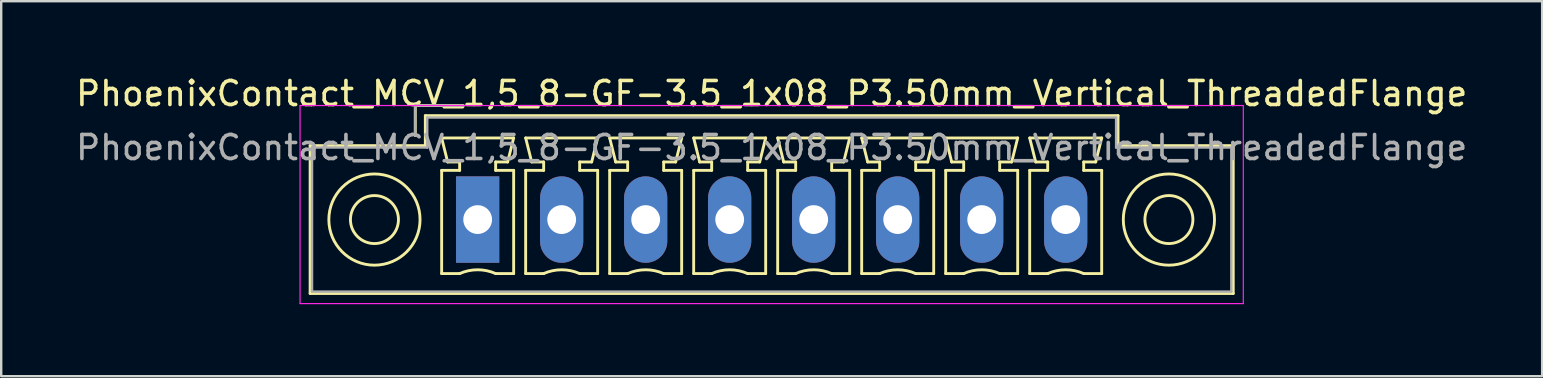
<source format=kicad_pcb>
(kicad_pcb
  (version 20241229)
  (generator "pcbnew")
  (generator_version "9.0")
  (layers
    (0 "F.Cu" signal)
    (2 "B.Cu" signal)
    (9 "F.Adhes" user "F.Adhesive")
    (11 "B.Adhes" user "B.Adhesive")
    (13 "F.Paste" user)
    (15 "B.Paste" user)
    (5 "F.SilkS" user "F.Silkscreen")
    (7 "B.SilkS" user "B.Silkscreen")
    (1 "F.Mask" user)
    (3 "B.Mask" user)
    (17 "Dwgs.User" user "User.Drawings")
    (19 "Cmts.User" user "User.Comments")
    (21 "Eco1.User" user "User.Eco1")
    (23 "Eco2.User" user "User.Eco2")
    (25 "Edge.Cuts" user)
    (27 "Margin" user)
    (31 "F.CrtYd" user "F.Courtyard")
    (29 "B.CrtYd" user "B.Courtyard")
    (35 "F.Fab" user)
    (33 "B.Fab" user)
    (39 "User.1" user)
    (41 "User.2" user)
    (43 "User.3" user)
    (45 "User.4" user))
  (footprint "PhoenixContact_MCV_1,5_8-GF-3.5_1x08_P3.50mm_Vertical_ThreadedFlange"
    (layer "F.Cu")
    (at 16.851 6.098)
    (property "Reference" "PhoenixContact_MCV_1,5_8-GF-3.5_1x08_P3.50mm_Vertical_ThreadedFlange" (at 12.25 -5.25 0) (layer "F.SilkS") (effects (font (size 1 1) (thickness 0.15))))
    (attr through_hole)
    (fp_line (start -6.98 -3.08) (end -6.98 3.08) (stroke (width 0.12) (type solid)) (layer "F.SilkS"))
    (fp_line (start -6.98 3.08) (end 31.48 3.08) (stroke (width 0.12) (type solid)) (layer "F.SilkS"))
    (fp_line (start -2.6 -4.75) (end -0.6 -4.75) (stroke (width 0.12) (type solid)) (layer "F.SilkS"))
    (fp_line (start -2.6 -3.5) (end -2.6 -4.75) (stroke (width 0.12) (type solid)) (layer "F.SilkS"))
    (fp_line (start -2.18 -4.33) (end -2.18 -3.08) (stroke (width 0.12) (type solid)) (layer "F.SilkS"))
    (fp_line (start -2.18 -3.08) (end -6.98 -3.08) (stroke (width 0.12) (type solid)) (layer "F.SilkS"))
    (fp_line (start -1.5 -3.4) (end 1.5 -3.4) (stroke (width 0.12) (type solid)) (layer "F.SilkS"))
    (fp_line (start -1.5 -2.05) (end -0.75 -2.05) (stroke (width 0.12) (type solid)) (layer "F.SilkS"))
    (fp_line (start -1.5 2.25) (end -1.5 -2.05) (stroke (width 0.12) (type solid)) (layer "F.SilkS"))
    (fp_line (start -1.25 -2.4) (end -1.5 -3.4) (stroke (width 0.12) (type solid)) (layer "F.SilkS"))
    (fp_line (start -0.75 -2.4) (end -1.25 -2.4) (stroke (width 0.12) (type solid)) (layer "F.SilkS"))
    (fp_line (start -0.75 -2.05) (end -0.75 -2.4) (stroke (width 0.12) (type solid)) (layer "F.SilkS"))
    (fp_line (start -0.75 2.25) (end -1.5 2.25) (stroke (width 0.12) (type solid)) (layer "F.SilkS"))
    (fp_line (start 0.75 -2.4) (end 0.75 -2.05) (stroke (width 0.12) (type solid)) (layer "F.SilkS"))
    (fp_line (start 0.75 -2.05) (end 1.5 -2.05) (stroke (width 0.12) (type solid)) (layer "F.SilkS"))
    (fp_line (start 1.25 -2.4) (end 0.75 -2.4) (stroke (width 0.12) (type solid)) (layer "F.SilkS"))
    (fp_line (start 1.5 -3.4) (end 1.25 -2.4) (stroke (width 0.12) (type solid)) (layer "F.SilkS"))
    (fp_line (start 1.5 -2.05) (end 1.5 2.25) (stroke (width 0.12) (type solid)) (layer "F.SilkS"))
    (fp_line (start 1.5 2.25) (end 0.75 2.25) (stroke (width 0.12) (type solid)) (layer "F.SilkS"))
    (fp_line (start 2 -3.4) (end 5 -3.4) (stroke (width 0.12) (type solid)) (layer "F.SilkS"))
    (fp_line (start 2 -2.05) (end 2.75 -2.05) (stroke (width 0.12) (type solid)) (layer "F.SilkS"))
    (fp_line (start 2 2.25) (end 2 -2.05) (stroke (width 0.12) (type solid)) (layer "F.SilkS"))
    (fp_line (start 2.25 -2.4) (end 2 -3.4) (stroke (width 0.12) (type solid)) (layer "F.SilkS"))
    (fp_line (start 2.75 -2.4) (end 2.25 -2.4) (stroke (width 0.12) (type solid)) (layer "F.SilkS"))
    (fp_line (start 2.75 -2.05) (end 2.75 -2.4) (stroke (width 0.12) (type solid)) (layer "F.SilkS"))
    (fp_line (start 2.75 2.25) (end 2 2.25) (stroke (width 0.12) (type solid)) (layer "F.SilkS"))
    (fp_line (start 4.25 -2.4) (end 4.25 -2.05) (stroke (width 0.12) (type solid)) (layer "F.SilkS"))
    (fp_line (start 4.25 -2.05) (end 5 -2.05) (stroke (width 0.12) (type solid)) (layer "F.SilkS"))
    (fp_line (start 4.75 -2.4) (end 4.25 -2.4) (stroke (width 0.12) (type solid)) (layer "F.SilkS"))
    (fp_line (start 5 -3.4) (end 4.75 -2.4) (stroke (width 0.12) (type solid)) (layer "F.SilkS"))
    (fp_line (start 5 -2.05) (end 5 2.25) (stroke (width 0.12) (type solid)) (layer "F.SilkS"))
    (fp_line (start 5 2.25) (end 4.25 2.25) (stroke (width 0.12) (type solid)) (layer "F.SilkS"))
    (fp_line (start 5.5 -3.4) (end 8.5 -3.4) (stroke (width 0.12) (type solid)) (layer "F.SilkS"))
    (fp_line (start 5.5 -2.05) (end 6.25 -2.05) (stroke (width 0.12) (type solid)) (layer "F.SilkS"))
    (fp_line (start 5.5 2.25) (end 5.5 -2.05) (stroke (width 0.12) (type solid)) (layer "F.SilkS"))
    (fp_line (start 5.75 -2.4) (end 5.5 -3.4) (stroke (width 0.12) (type solid)) (layer "F.SilkS"))
    (fp_line (start 6.25 -2.4) (end 5.75 -2.4) (stroke (width 0.12) (type solid)) (layer "F.SilkS"))
    (fp_line (start 6.25 -2.05) (end 6.25 -2.4) (stroke (width 0.12) (type solid)) (layer "F.SilkS"))
    (fp_line (start 6.25 2.25) (end 5.5 2.25) (stroke (width 0.12) (type solid)) (layer "F.SilkS"))
    (fp_line (start 7.75 -2.4) (end 7.75 -2.05) (stroke (width 0.12) (type solid)) (layer "F.SilkS"))
    (fp_line (start 7.75 -2.05) (end 8.5 -2.05) (stroke (width 0.12) (type solid)) (layer "F.SilkS"))
    (fp_line (start 8.25 -2.4) (end 7.75 -2.4) (stroke (width 0.12) (type solid)) (layer "F.SilkS"))
    (fp_line (start 8.5 -3.4) (end 8.25 -2.4) (stroke (width 0.12) (type solid)) (layer "F.SilkS"))
    (fp_line (start 8.5 -2.05) (end 8.5 2.25) (stroke (width 0.12) (type solid)) (layer "F.SilkS"))
    (fp_line (start 8.5 2.25) (end 7.75 2.25) (stroke (width 0.12) (type solid)) (layer "F.SilkS"))
    (fp_line (start 9 -3.4) (end 12 -3.4) (stroke (width 0.12) (type solid)) (layer "F.SilkS"))
    (fp_line (start 9 -2.05) (end 9.75 -2.05) (stroke (width 0.12) (type solid)) (layer "F.SilkS"))
    (fp_line (start 9 2.25) (end 9 -2.05) (stroke (width 0.12) (type solid)) (layer "F.SilkS"))
    (fp_line (start 9.25 -2.4) (end 9 -3.4) (stroke (width 0.12) (type solid)) (layer "F.SilkS"))
    (fp_line (start 9.75 -2.4) (end 9.25 -2.4) (stroke (width 0.12) (type solid)) (layer "F.SilkS"))
    (fp_line (start 9.75 -2.05) (end 9.75 -2.4) (stroke (width 0.12) (type solid)) (layer "F.SilkS"))
    (fp_line (start 9.75 2.25) (end 9 2.25) (stroke (width 0.12) (type solid)) (layer "F.SilkS"))
    (fp_line (start 11.25 -2.4) (end 11.25 -2.05) (stroke (width 0.12) (type solid)) (layer "F.SilkS"))
    (fp_line (start 11.25 -2.05) (end 12 -2.05) (stroke (width 0.12) (type solid)) (layer "F.SilkS"))
    (fp_line (start 11.75 -2.4) (end 11.25 -2.4) (stroke (width 0.12) (type solid)) (layer "F.SilkS"))
    (fp_line (start 12 -3.4) (end 11.75 -2.4) (stroke (width 0.12) (type solid)) (layer "F.SilkS"))
    (fp_line (start 12 -2.05) (end 12 2.25) (stroke (width 0.12) (type solid)) (layer "F.SilkS"))
    (fp_line (start 12 2.25) (end 11.25 2.25) (stroke (width 0.12) (type solid)) (layer "F.SilkS"))
    (fp_line (start 12.5 -3.4) (end 15.5 -3.4) (stroke (width 0.12) (type solid)) (layer "F.SilkS"))
    (fp_line (start 12.5 -2.05) (end 13.25 -2.05) (stroke (width 0.12) (type solid)) (layer "F.SilkS"))
    (fp_line (start 12.5 2.25) (end 12.5 -2.05) (stroke (width 0.12) (type solid)) (layer "F.SilkS"))
    (fp_line (start 12.75 -2.4) (end 12.5 -3.4) (stroke (width 0.12) (type solid)) (layer "F.SilkS"))
    (fp_line (start 13.25 -2.4) (end 12.75 -2.4) (stroke (width 0.12) (type solid)) (layer "F.SilkS"))
    (fp_line (start 13.25 -2.05) (end 13.25 -2.4) (stroke (width 0.12) (type solid)) (layer "F.SilkS"))
    (fp_line (start 13.25 2.25) (end 12.5 2.25) (stroke (width 0.12) (type solid)) (layer "F.SilkS"))
    (fp_line (start 14.75 -2.4) (end 14.75 -2.05) (stroke (width 0.12) (type solid)) (layer "F.SilkS"))
    (fp_line (start 14.75 -2.05) (end 15.5 -2.05) (stroke (width 0.12) (type solid)) (layer "F.SilkS"))
    (fp_line (start 15.25 -2.4) (end 14.75 -2.4) (stroke (width 0.12) (type solid)) (layer "F.SilkS"))
    (fp_line (start 15.5 -3.4) (end 15.25 -2.4) (stroke (width 0.12) (type solid)) (layer "F.SilkS"))
    (fp_line (start 15.5 -2.05) (end 15.5 2.25) (stroke (width 0.12) (type solid)) (layer "F.SilkS"))
    (fp_line (start 15.5 2.25) (end 14.75 2.25) (stroke (width 0.12) (type solid)) (layer "F.SilkS"))
    (fp_line (start 16 -3.4) (end 19 -3.4) (stroke (width 0.12) (type solid)) (layer "F.SilkS"))
    (fp_line (start 16 -2.05) (end 16.75 -2.05) (stroke (width 0.12) (type solid)) (layer "F.SilkS"))
    (fp_line (start 16 2.25) (end 16 -2.05) (stroke (width 0.12) (type solid)) (layer "F.SilkS"))
    (fp_line (start 16.25 -2.4) (end 16 -3.4) (stroke (width 0.12) (type solid)) (layer "F.SilkS"))
    (fp_line (start 16.75 -2.4) (end 16.25 -2.4) (stroke (width 0.12) (type solid)) (layer "F.SilkS"))
    (fp_line (start 16.75 -2.05) (end 16.75 -2.4) (stroke (width 0.12) (type solid)) (layer "F.SilkS"))
    (fp_line (start 16.75 2.25) (end 16 2.25) (stroke (width 0.12) (type solid)) (layer "F.SilkS"))
    (fp_line (start 18.25 -2.4) (end 18.25 -2.05) (stroke (width 0.12) (type solid)) (layer "F.SilkS"))
    (fp_line (start 18.25 -2.05) (end 19 -2.05) (stroke (width 0.12) (type solid)) (layer "F.SilkS"))
    (fp_line (start 18.75 -2.4) (end 18.25 -2.4) (stroke (width 0.12) (type solid)) (layer "F.SilkS"))
    (fp_line (start 19 -3.4) (end 18.75 -2.4) (stroke (width 0.12) (type solid)) (layer "F.SilkS"))
    (fp_line (start 19 -2.05) (end 19 2.25) (stroke (width 0.12) (type solid)) (layer "F.SilkS"))
    (fp_line (start 19 2.25) (end 18.25 2.25) (stroke (width 0.12) (type solid)) (layer "F.SilkS"))
    (fp_line (start 19.5 -3.4) (end 22.5 -3.4) (stroke (width 0.12) (type solid)) (layer "F.SilkS"))
    (fp_line (start 19.5 -2.05) (end 20.25 -2.05) (stroke (width 0.12) (type solid)) (layer "F.SilkS"))
    (fp_line (start 19.5 2.25) (end 19.5 -2.05) (stroke (width 0.12) (type solid)) (layer "F.SilkS"))
    (fp_line (start 19.75 -2.4) (end 19.5 -3.4) (stroke (width 0.12) (type solid)) (layer "F.SilkS"))
    (fp_line (start 20.25 -2.4) (end 19.75 -2.4) (stroke (width 0.12) (type solid)) (layer "F.SilkS"))
    (fp_line (start 20.25 -2.05) (end 20.25 -2.4) (stroke (width 0.12) (type solid)) (layer "F.SilkS"))
    (fp_line (start 20.25 2.25) (end 19.5 2.25) (stroke (width 0.12) (type solid)) (layer "F.SilkS"))
    (fp_line (start 21.75 -2.4) (end 21.75 -2.05) (stroke (width 0.12) (type solid)) (layer "F.SilkS"))
    (fp_line (start 21.75 -2.05) (end 22.5 -2.05) (stroke (width 0.12) (type solid)) (layer "F.SilkS"))
    (fp_line (start 22.25 -2.4) (end 21.75 -2.4) (stroke (width 0.12) (type solid)) (layer "F.SilkS"))
    (fp_line (start 22.5 -3.4) (end 22.25 -2.4) (stroke (width 0.12) (type solid)) (layer "F.SilkS"))
    (fp_line (start 22.5 -2.05) (end 22.5 2.25) (stroke (width 0.12) (type solid)) (layer "F.SilkS"))
    (fp_line (start 22.5 2.25) (end 21.75 2.25) (stroke (width 0.12) (type solid)) (layer "F.SilkS"))
    (fp_line (start 23 -3.4) (end 26 -3.4) (stroke (width 0.12) (type solid)) (layer "F.SilkS"))
    (fp_line (start 23 -2.05) (end 23.75 -2.05) (stroke (width 0.12) (type solid)) (layer "F.SilkS"))
    (fp_line (start 23 2.25) (end 23 -2.05) (stroke (width 0.12) (type solid)) (layer "F.SilkS"))
    (fp_line (start 23.25 -2.4) (end 23 -3.4) (stroke (width 0.12) (type solid)) (layer "F.SilkS"))
    (fp_line (start 23.75 -2.4) (end 23.25 -2.4) (stroke (width 0.12) (type solid)) (layer "F.SilkS"))
    (fp_line (start 23.75 -2.05) (end 23.75 -2.4) (stroke (width 0.12) (type solid)) (layer "F.SilkS"))
    (fp_line (start 23.75 2.25) (end 23 2.25) (stroke (width 0.12) (type solid)) (layer "F.SilkS"))
    (fp_line (start 25.25 -2.4) (end 25.25 -2.05) (stroke (width 0.12) (type solid)) (layer "F.SilkS"))
    (fp_line (start 25.25 -2.05) (end 26 -2.05) (stroke (width 0.12) (type solid)) (layer "F.SilkS"))
    (fp_line (start 25.75 -2.4) (end 25.25 -2.4) (stroke (width 0.12) (type solid)) (layer "F.SilkS"))
    (fp_line (start 26 -3.4) (end 25.75 -2.4) (stroke (width 0.12) (type solid)) (layer "F.SilkS"))
    (fp_line (start 26 -2.05) (end 26 2.25) (stroke (width 0.12) (type solid)) (layer "F.SilkS"))
    (fp_line (start 26 2.25) (end 25.25 2.25) (stroke (width 0.12) (type solid)) (layer "F.SilkS"))
    (fp_line (start 26.68 -4.33) (end -2.18 -4.33) (stroke (width 0.12) (type solid)) (layer "F.SilkS"))
    (fp_line (start 26.68 -3.08) (end 26.68 -4.33) (stroke (width 0.12) (type solid)) (layer "F.SilkS"))
    (fp_line (start 31.48 -3.08) (end 26.68 -3.08) (stroke (width 0.12) (type solid)) (layer "F.SilkS"))
    (fp_line (start 31.48 3.08) (end 31.48 -3.08) (stroke (width 0.12) (type solid)) (layer "F.SilkS"))
    (fp_arc (start -0.75 2.25) (mid -0.000193 2.09191) (end 0.749647 2.249844) (stroke (width 0.12) (type solid)) (layer "F.SilkS"))
    (fp_arc (start 2.75 2.25) (mid 3.499807 2.09191) (end 4.249647 2.249844) (stroke (width 0.12) (type solid)) (layer "F.SilkS"))
    (fp_arc (start 6.25 2.25) (mid 6.999807 2.09191) (end 7.749647 2.249844) (stroke (width 0.12) (type solid)) (layer "F.SilkS"))
    (fp_arc (start 9.75 2.25) (mid 10.499807 2.09191) (end 11.249647 2.249844) (stroke (width 0.12) (type solid)) (layer "F.SilkS"))
    (fp_arc (start 13.25 2.25) (mid 13.999807 2.09191) (end 14.749647 2.249844) (stroke (width 0.12) (type solid)) (layer "F.SilkS"))
    (fp_arc (start 16.75 2.25) (mid 17.499807 2.09191) (end 18.249647 2.249844) (stroke (width 0.12) (type solid)) (layer "F.SilkS"))
    (fp_arc (start 20.25 2.25) (mid 20.999807 2.09191) (end 21.749647 2.249844) (stroke (width 0.12) (type solid)) (layer "F.SilkS"))
    (fp_arc (start 23.75 2.25) (mid 24.499807 2.09191) (end 25.249647 2.249844) (stroke (width 0.12) (type solid)) (layer "F.SilkS"))
    (fp_circle (center -4.3 0) (end -3.3 0) (stroke (width 0.12) (type solid)) (fill no) (layer "F.SilkS"))
    (fp_circle (center -4.3 0) (end -2.4 0) (stroke (width 0.12) (type solid)) (fill no) (layer "F.SilkS"))
    (fp_circle (center 28.8 0) (end 29.8 0) (stroke (width 0.12) (type solid)) (fill no) (layer "F.SilkS"))
    (fp_circle (center 28.8 0) (end 30.7 0) (stroke (width 0.12) (type solid)) (fill no) (layer "F.SilkS"))
    (fp_line (start -7.4 -4.75) (end -7.4 3.5) (stroke (width 0.05) (type solid)) (layer "F.CrtYd"))
    (fp_line (start -7.4 3.5) (end 31.9 3.5) (stroke (width 0.05) (type solid)) (layer "F.CrtYd"))
    (fp_line (start 31.9 -4.75) (end -7.4 -4.75) (stroke (width 0.05) (type solid)) (layer "F.CrtYd"))
    (fp_line (start 31.9 3.5) (end 31.9 -4.75) (stroke (width 0.05) (type solid)) (layer "F.CrtYd"))
    (fp_line (start -6.9 -3) (end -6.9 3) (stroke (width 0.1) (type solid)) (layer "F.Fab"))
    (fp_line (start -6.9 3) (end 31.4 3) (stroke (width 0.1) (type solid)) (layer "F.Fab"))
    (fp_line (start -2.6 -4.75) (end -0.6 -4.75) (stroke (width 0.1) (type solid)) (layer "F.Fab"))
    (fp_line (start -2.6 -3.5) (end -2.6 -4.75) (stroke (width 0.1) (type solid)) (layer "F.Fab"))
    (fp_line (start -2.1 -4.25) (end -2.1 -3) (stroke (width 0.1) (type solid)) (layer "F.Fab"))
    (fp_line (start -2.1 -3) (end -6.9 -3) (stroke (width 0.1) (type solid)) (layer "F.Fab"))
    (fp_line (start 26.6 -4.25) (end -2.1 -4.25) (stroke (width 0.1) (type solid)) (layer "F.Fab"))
    (fp_line (start 26.6 -3) (end 26.6 -4.25) (stroke (width 0.1) (type solid)) (layer "F.Fab"))
    (fp_line (start 31.4 -3) (end 26.6 -3) (stroke (width 0.1) (type solid)) (layer "F.Fab"))
    (fp_line (start 31.4 3) (end 31.4 -3) (stroke (width 0.1) (type solid)) (layer "F.Fab"))
    (fp_text user "${REFERENCE}" (at 12.25 -3 0) (layer "F.Fab") (effects (font (size 1 1) (thickness 0.15))))
    (pad "1" thru_hole rect (at 0 0) (size 1.8 3.6) (drill 1.2) (layers "*.Cu" "*.Mask"))
    (pad "2" thru_hole oval (at 3.5 0) (size 1.8 3.6) (drill 1.2) (layers "*.Cu" "*.Mask"))
    (pad "3" thru_hole oval (at 7 0) (size 1.8 3.6) (drill 1.2) (layers "*.Cu" "*.Mask"))
    (pad "4" thru_hole oval (at 10.5 0) (size 1.8 3.6) (drill 1.2) (layers "*.Cu" "*.Mask"))
    (pad "5" thru_hole oval (at 14 0) (size 1.8 3.6) (drill 1.2) (layers "*.Cu" "*.Mask"))
    (pad "6" thru_hole oval (at 17.5 0) (size 1.8 3.6) (drill 1.2) (layers "*.Cu" "*.Mask"))
    (pad "7" thru_hole oval (at 21 0) (size 1.8 3.6) (drill 1.2) (layers "*.Cu" "*.Mask"))
    (pad "8" thru_hole oval (at 24.5 0) (size 1.8 3.6) (drill 1.2) (layers "*.Cu" "*.Mask")))
  (gr_rect
    (start -3 -3)
    (end 61.202 12.623)
    (stroke (width 0.1) (type default))
    (fill no)
    (layer "Edge.Cuts")))
</source>
